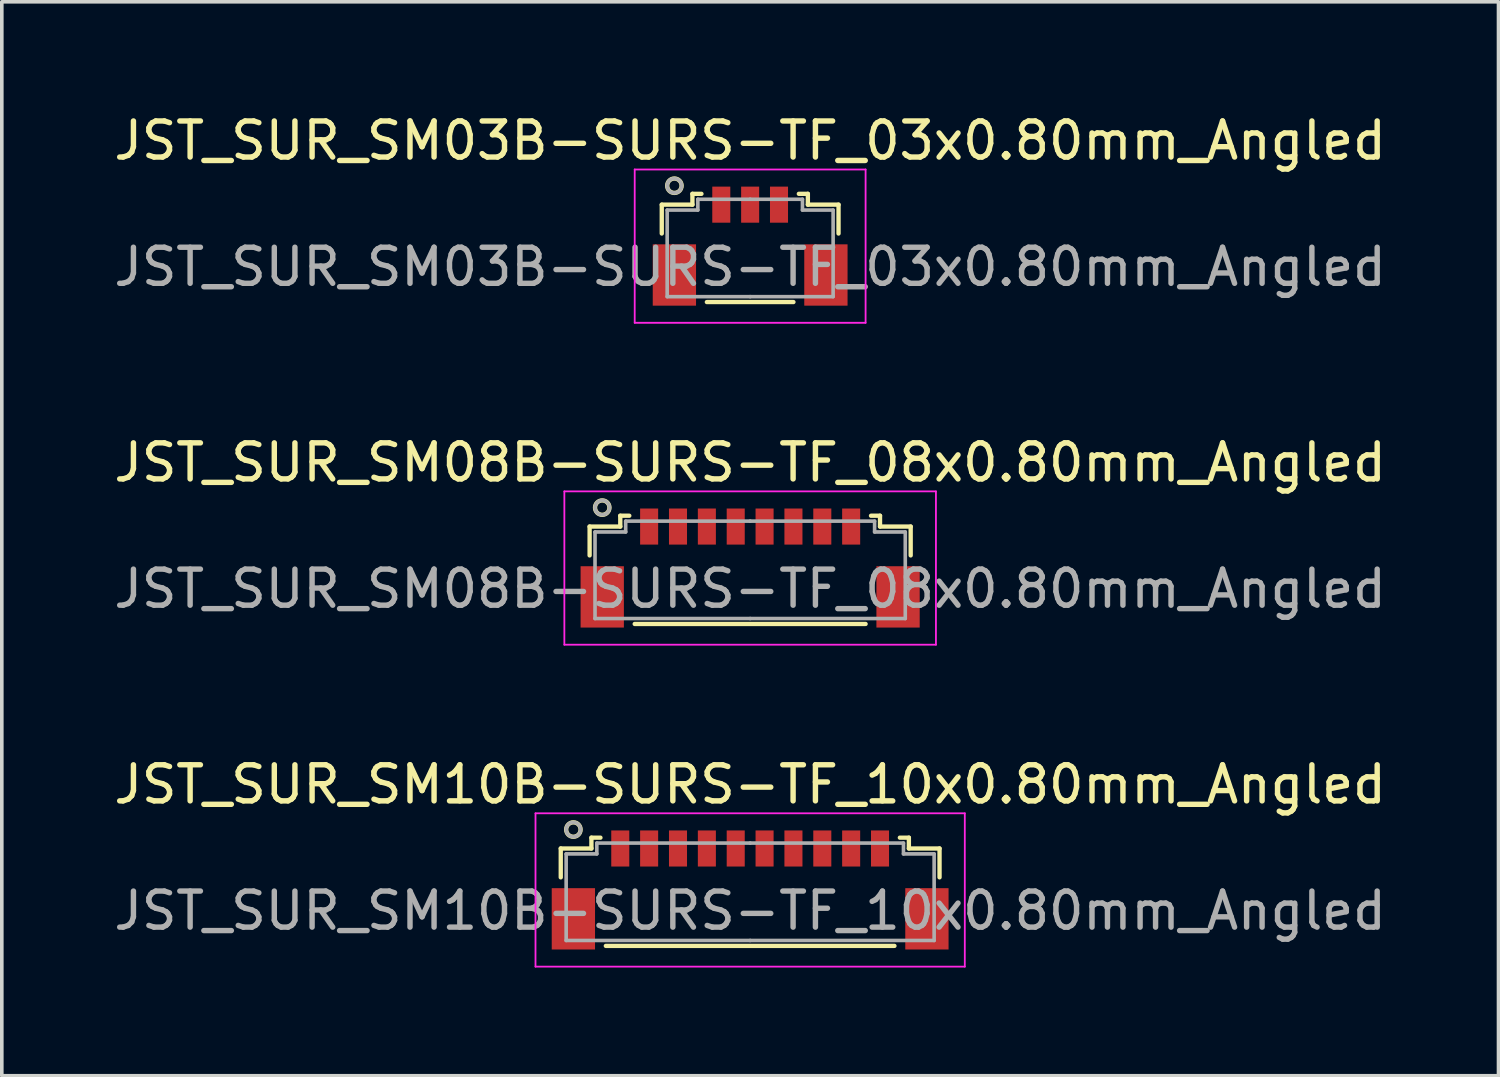
<source format=kicad_pcb>
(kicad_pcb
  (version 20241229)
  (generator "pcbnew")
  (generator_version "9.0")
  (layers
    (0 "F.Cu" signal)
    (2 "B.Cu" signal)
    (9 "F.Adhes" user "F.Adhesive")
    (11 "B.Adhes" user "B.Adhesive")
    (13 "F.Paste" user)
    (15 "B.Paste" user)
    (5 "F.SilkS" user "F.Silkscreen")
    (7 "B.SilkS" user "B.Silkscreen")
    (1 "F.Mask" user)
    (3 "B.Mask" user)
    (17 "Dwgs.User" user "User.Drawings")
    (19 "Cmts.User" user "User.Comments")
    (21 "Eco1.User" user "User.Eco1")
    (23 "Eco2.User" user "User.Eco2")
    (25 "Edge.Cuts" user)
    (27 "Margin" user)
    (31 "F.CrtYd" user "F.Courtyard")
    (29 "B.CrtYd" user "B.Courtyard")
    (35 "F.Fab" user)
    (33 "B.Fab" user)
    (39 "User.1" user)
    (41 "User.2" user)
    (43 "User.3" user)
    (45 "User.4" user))
  (footprint "JST_SUR_SM03B-SURS-TF_03x0.80mm_Angled"
    (layer "F.Cu")
    (at 17.744 3.598)
    (property "Reference" "JST_SUR_SM03B-SURS-TF_03x0.80mm_Angled" (at 0 -2.75 0) (layer "F.SilkS") (effects (font (size 1 1) (thickness 0.15))))
    (attr smd)
    (fp_line (start -2.45 -0.975) (end -2.45 -0.175) (stroke (width 0.12) (type solid)) (layer "F.SilkS"))
    (fp_line (start -1.6 -1.275) (end -1.6 -0.975) (stroke (width 0.12) (type solid)) (layer "F.SilkS"))
    (fp_line (start -1.6 -0.975) (end -2.45 -0.975) (stroke (width 0.12) (type solid)) (layer "F.SilkS"))
    (fp_line (start -1.35 -1.275) (end -1.6 -1.275) (stroke (width 0.12) (type solid)) (layer "F.SilkS"))
    (fp_line (start -1.2 1.725) (end 1.2 1.725) (stroke (width 0.12) (type solid)) (layer "F.SilkS"))
    (fp_line (start 1.35 -1.275) (end 1.6 -1.275) (stroke (width 0.12) (type solid)) (layer "F.SilkS"))
    (fp_line (start 1.6 -1.275) (end 1.6 -0.975) (stroke (width 0.12) (type solid)) (layer "F.SilkS"))
    (fp_line (start 1.6 -0.975) (end 2.45 -0.975) (stroke (width 0.12) (type solid)) (layer "F.SilkS"))
    (fp_line (start 2.45 -0.975) (end 2.45 -0.175) (stroke (width 0.12) (type solid)) (layer "F.SilkS"))
    (fp_circle (center -2.1 -1.5) (end -1.9 -1.5) (stroke (width 0.12) (type solid)) (fill no) (layer "F.SilkS"))
    (fp_line (start -3.2 -1.95) (end 3.2 -1.95) (stroke (width 0.05) (type solid)) (layer "F.CrtYd"))
    (fp_line (start -3.2 2.3) (end -3.2 -1.95) (stroke (width 0.05) (type solid)) (layer "F.CrtYd"))
    (fp_line (start 3.2 -1.95) (end 3.2 2.3) (stroke (width 0.05) (type solid)) (layer "F.CrtYd"))
    (fp_line (start 3.2 2.3) (end -3.2 2.3) (stroke (width 0.05) (type solid)) (layer "F.CrtYd"))
    (fp_line (start -2.3 -0.825) (end -2.3 1.575) (stroke (width 0.1) (type solid)) (layer "F.Fab"))
    (fp_line (start -2.3 1.575) (end 0 1.575) (stroke (width 0.1) (type solid)) (layer "F.Fab"))
    (fp_line (start -1.45 -1.125) (end -1.45 -0.825) (stroke (width 0.1) (type solid)) (layer "F.Fab"))
    (fp_line (start -1.45 -0.825) (end -2.3 -0.825) (stroke (width 0.1) (type solid)) (layer "F.Fab"))
    (fp_line (start 0 -1.125) (end -1.45 -1.125) (stroke (width 0.1) (type solid)) (layer "F.Fab"))
    (fp_line (start 0 -1.125) (end 1.45 -1.125) (stroke (width 0.1) (type solid)) (layer "F.Fab"))
    (fp_line (start 1.45 -1.125) (end 1.45 -0.825) (stroke (width 0.1) (type solid)) (layer "F.Fab"))
    (fp_line (start 1.45 -0.825) (end 2.3 -0.825) (stroke (width 0.1) (type solid)) (layer "F.Fab"))
    (fp_line (start 2.3 -0.825) (end 2.3 1.575) (stroke (width 0.1) (type solid)) (layer "F.Fab"))
    (fp_line (start 2.3 1.575) (end 0 1.575) (stroke (width 0.1) (type solid)) (layer "F.Fab"))
    (fp_circle (center -2.1 -1.5) (end -1.9 -1.5) (stroke (width 0.1) (type solid)) (fill no) (layer "F.Fab"))
    (fp_text user "${REFERENCE}" (at 0 0.75 0) (layer "F.Fab") (effects (font (size 1 1) (thickness 0.15))))
    (pad "" smd rect (at -2.1 0.975) (size 1.2 1.7) (layers "F.Cu" "F.Mask" "F.Paste"))
    (pad "" smd rect (at 2.1 0.975) (size 1.2 1.7) (layers "F.Cu" "F.Mask" "F.Paste"))
    (pad "1" smd rect (at -0.8 -0.975) (size 0.5 1) (layers "F.Cu" "F.Mask" "F.Paste"))
    (pad "2" smd rect (at 0 -0.975) (size 0.5 1) (layers "F.Cu" "F.Mask" "F.Paste"))
    (pad "3" smd rect (at 0.8 -0.975) (size 0.5 1) (layers "F.Cu" "F.Mask" "F.Paste")))
  (footprint "JST_SUR_SM10B-SURS-TF_10x0.80mm_Angled"
    (layer "F.Cu")
    (at 17.744 21.445)
    (property "Reference" "JST_SUR_SM10B-SURS-TF_10x0.80mm_Angled" (at 0 -2.75 0) (layer "F.SilkS") (effects (font (size 1 1) (thickness 0.15))))
    (attr smd)
    (fp_line (start -5.25 -0.975) (end -5.25 -0.175) (stroke (width 0.12) (type solid)) (layer "F.SilkS"))
    (fp_line (start -4.4 -1.275) (end -4.4 -0.975) (stroke (width 0.12) (type solid)) (layer "F.SilkS"))
    (fp_line (start -4.4 -0.975) (end -5.25 -0.975) (stroke (width 0.12) (type solid)) (layer "F.SilkS"))
    (fp_line (start -4.15 -1.275) (end -4.4 -1.275) (stroke (width 0.12) (type solid)) (layer "F.SilkS"))
    (fp_line (start -4 1.725) (end 4 1.725) (stroke (width 0.12) (type solid)) (layer "F.SilkS"))
    (fp_line (start 4.15 -1.275) (end 4.4 -1.275) (stroke (width 0.12) (type solid)) (layer "F.SilkS"))
    (fp_line (start 4.4 -1.275) (end 4.4 -0.975) (stroke (width 0.12) (type solid)) (layer "F.SilkS"))
    (fp_line (start 4.4 -0.975) (end 5.25 -0.975) (stroke (width 0.12) (type solid)) (layer "F.SilkS"))
    (fp_line (start 5.25 -0.975) (end 5.25 -0.175) (stroke (width 0.12) (type solid)) (layer "F.SilkS"))
    (fp_circle (center -4.9 -1.5) (end -4.7 -1.5) (stroke (width 0.12) (type solid)) (fill no) (layer "F.SilkS"))
    (fp_line (start -5.95 -1.95) (end 5.95 -1.95) (stroke (width 0.05) (type solid)) (layer "F.CrtYd"))
    (fp_line (start -5.95 2.3) (end -5.95 -1.95) (stroke (width 0.05) (type solid)) (layer "F.CrtYd"))
    (fp_line (start 5.95 -1.95) (end 5.95 2.3) (stroke (width 0.05) (type solid)) (layer "F.CrtYd"))
    (fp_line (start 5.95 2.3) (end -5.95 2.3) (stroke (width 0.05) (type solid)) (layer "F.CrtYd"))
    (fp_line (start -5.1 -0.825) (end -5.1 1.575) (stroke (width 0.1) (type solid)) (layer "F.Fab"))
    (fp_line (start -5.1 1.575) (end 0 1.575) (stroke (width 0.1) (type solid)) (layer "F.Fab"))
    (fp_line (start -4.25 -1.125) (end -4.25 -0.825) (stroke (width 0.1) (type solid)) (layer "F.Fab"))
    (fp_line (start -4.25 -0.825) (end -5.1 -0.825) (stroke (width 0.1) (type solid)) (layer "F.Fab"))
    (fp_line (start 0 -1.125) (end -4.25 -1.125) (stroke (width 0.1) (type solid)) (layer "F.Fab"))
    (fp_line (start 0 -1.125) (end 4.25 -1.125) (stroke (width 0.1) (type solid)) (layer "F.Fab"))
    (fp_line (start 4.25 -1.125) (end 4.25 -0.825) (stroke (width 0.1) (type solid)) (layer "F.Fab"))
    (fp_line (start 4.25 -0.825) (end 5.1 -0.825) (stroke (width 0.1) (type solid)) (layer "F.Fab"))
    (fp_line (start 5.1 -0.825) (end 5.1 1.575) (stroke (width 0.1) (type solid)) (layer "F.Fab"))
    (fp_line (start 5.1 1.575) (end 0 1.575) (stroke (width 0.1) (type solid)) (layer "F.Fab"))
    (fp_circle (center -4.9 -1.5) (end -4.7 -1.5) (stroke (width 0.1) (type solid)) (fill no) (layer "F.Fab"))
    (fp_text user "${REFERENCE}" (at 0 0.75 0) (layer "F.Fab") (effects (font (size 1 1) (thickness 0.15))))
    (pad "" smd rect (at -4.9 0.975) (size 1.2 1.7) (layers "F.Cu" "F.Mask" "F.Paste"))
    (pad "" smd rect (at 4.9 0.975) (size 1.2 1.7) (layers "F.Cu" "F.Mask" "F.Paste"))
    (pad "1" smd rect (at -3.6 -0.975) (size 0.5 1) (layers "F.Cu" "F.Mask" "F.Paste"))
    (pad "2" smd rect (at -2.8 -0.975) (size 0.5 1) (layers "F.Cu" "F.Mask" "F.Paste"))
    (pad "3" smd rect (at -2 -0.975) (size 0.5 1) (layers "F.Cu" "F.Mask" "F.Paste"))
    (pad "4" smd rect (at -1.2 -0.975) (size 0.5 1) (layers "F.Cu" "F.Mask" "F.Paste"))
    (pad "5" smd rect (at -0.4 -0.975) (size 0.5 1) (layers "F.Cu" "F.Mask" "F.Paste"))
    (pad "6" smd rect (at 0.4 -0.975) (size 0.5 1) (layers "F.Cu" "F.Mask" "F.Paste"))
    (pad "7" smd rect (at 1.2 -0.975) (size 0.5 1) (layers "F.Cu" "F.Mask" "F.Paste"))
    (pad "8" smd rect (at 2 -0.975) (size 0.5 1) (layers "F.Cu" "F.Mask" "F.Paste"))
    (pad "9" smd rect (at 2.8 -0.975) (size 0.5 1) (layers "F.Cu" "F.Mask" "F.Paste"))
    (pad "10" smd rect (at 3.6 -0.975) (size 0.5 1) (layers "F.Cu" "F.Mask" "F.Paste")))
  (footprint "JST_SUR_SM08B-SURS-TF_08x0.80mm_Angled"
    (layer "F.Cu")
    (at 17.744 12.521)
    (property "Reference" "JST_SUR_SM08B-SURS-TF_08x0.80mm_Angled" (at 0 -2.75 0) (layer "F.SilkS") (effects (font (size 1 1) (thickness 0.15))))
    (attr smd)
    (fp_line (start -4.45 -0.975) (end -4.45 -0.175) (stroke (width 0.12) (type solid)) (layer "F.SilkS"))
    (fp_line (start -3.6 -1.275) (end -3.6 -0.975) (stroke (width 0.12) (type solid)) (layer "F.SilkS"))
    (fp_line (start -3.6 -0.975) (end -4.45 -0.975) (stroke (width 0.12) (type solid)) (layer "F.SilkS"))
    (fp_line (start -3.35 -1.275) (end -3.6 -1.275) (stroke (width 0.12) (type solid)) (layer "F.SilkS"))
    (fp_line (start -3.2 1.725) (end 3.2 1.725) (stroke (width 0.12) (type solid)) (layer "F.SilkS"))
    (fp_line (start 3.35 -1.275) (end 3.6 -1.275) (stroke (width 0.12) (type solid)) (layer "F.SilkS"))
    (fp_line (start 3.6 -1.275) (end 3.6 -0.975) (stroke (width 0.12) (type solid)) (layer "F.SilkS"))
    (fp_line (start 3.6 -0.975) (end 4.45 -0.975) (stroke (width 0.12) (type solid)) (layer "F.SilkS"))
    (fp_line (start 4.45 -0.975) (end 4.45 -0.175) (stroke (width 0.12) (type solid)) (layer "F.SilkS"))
    (fp_circle (center -4.1 -1.5) (end -3.9 -1.5) (stroke (width 0.12) (type solid)) (fill no) (layer "F.SilkS"))
    (fp_line (start -5.15 -1.95) (end 5.15 -1.95) (stroke (width 0.05) (type solid)) (layer "F.CrtYd"))
    (fp_line (start -5.15 2.3) (end -5.15 -1.95) (stroke (width 0.05) (type solid)) (layer "F.CrtYd"))
    (fp_line (start 5.15 -1.95) (end 5.15 2.3) (stroke (width 0.05) (type solid)) (layer "F.CrtYd"))
    (fp_line (start 5.15 2.3) (end -5.15 2.3) (stroke (width 0.05) (type solid)) (layer "F.CrtYd"))
    (fp_line (start -4.3 -0.825) (end -4.3 1.575) (stroke (width 0.1) (type solid)) (layer "F.Fab"))
    (fp_line (start -4.3 1.575) (end 0 1.575) (stroke (width 0.1) (type solid)) (layer "F.Fab"))
    (fp_line (start -3.45 -1.125) (end -3.45 -0.825) (stroke (width 0.1) (type solid)) (layer "F.Fab"))
    (fp_line (start -3.45 -0.825) (end -4.3 -0.825) (stroke (width 0.1) (type solid)) (layer "F.Fab"))
    (fp_line (start 0 -1.125) (end -3.45 -1.125) (stroke (width 0.1) (type solid)) (layer "F.Fab"))
    (fp_line (start 0 -1.125) (end 3.45 -1.125) (stroke (width 0.1) (type solid)) (layer "F.Fab"))
    (fp_line (start 3.45 -1.125) (end 3.45 -0.825) (stroke (width 0.1) (type solid)) (layer "F.Fab"))
    (fp_line (start 3.45 -0.825) (end 4.3 -0.825) (stroke (width 0.1) (type solid)) (layer "F.Fab"))
    (fp_line (start 4.3 -0.825) (end 4.3 1.575) (stroke (width 0.1) (type solid)) (layer "F.Fab"))
    (fp_line (start 4.3 1.575) (end 0 1.575) (stroke (width 0.1) (type solid)) (layer "F.Fab"))
    (fp_circle (center -4.1 -1.5) (end -3.9 -1.5) (stroke (width 0.1) (type solid)) (fill no) (layer "F.Fab"))
    (fp_text user "${REFERENCE}" (at 0 0.75 0) (layer "F.Fab") (effects (font (size 1 1) (thickness 0.15))))
    (pad "" smd rect (at -4.1 0.975) (size 1.2 1.7) (layers "F.Cu" "F.Mask" "F.Paste"))
    (pad "" smd rect (at 4.1 0.975) (size 1.2 1.7) (layers "F.Cu" "F.Mask" "F.Paste"))
    (pad "1" smd rect (at -2.8 -0.975) (size 0.5 1) (layers "F.Cu" "F.Mask" "F.Paste"))
    (pad "2" smd rect (at -2 -0.975) (size 0.5 1) (layers "F.Cu" "F.Mask" "F.Paste"))
    (pad "3" smd rect (at -1.2 -0.975) (size 0.5 1) (layers "F.Cu" "F.Mask" "F.Paste"))
    (pad "4" smd rect (at -0.4 -0.975) (size 0.5 1) (layers "F.Cu" "F.Mask" "F.Paste"))
    (pad "5" smd rect (at 0.4 -0.975) (size 0.5 1) (layers "F.Cu" "F.Mask" "F.Paste"))
    (pad "6" smd rect (at 1.2 -0.975) (size 0.5 1) (layers "F.Cu" "F.Mask" "F.Paste"))
    (pad "7" smd rect (at 2 -0.975) (size 0.5 1) (layers "F.Cu" "F.Mask" "F.Paste"))
    (pad "8" smd rect (at 2.8 -0.975) (size 0.5 1) (layers "F.Cu" "F.Mask" "F.Paste")))
  (gr_rect
    (start -3 -3)
    (end 38.488 26.77)
    (stroke (width 0.1) (type default))
    (fill no)
    (layer "Edge.Cuts")))
</source>
